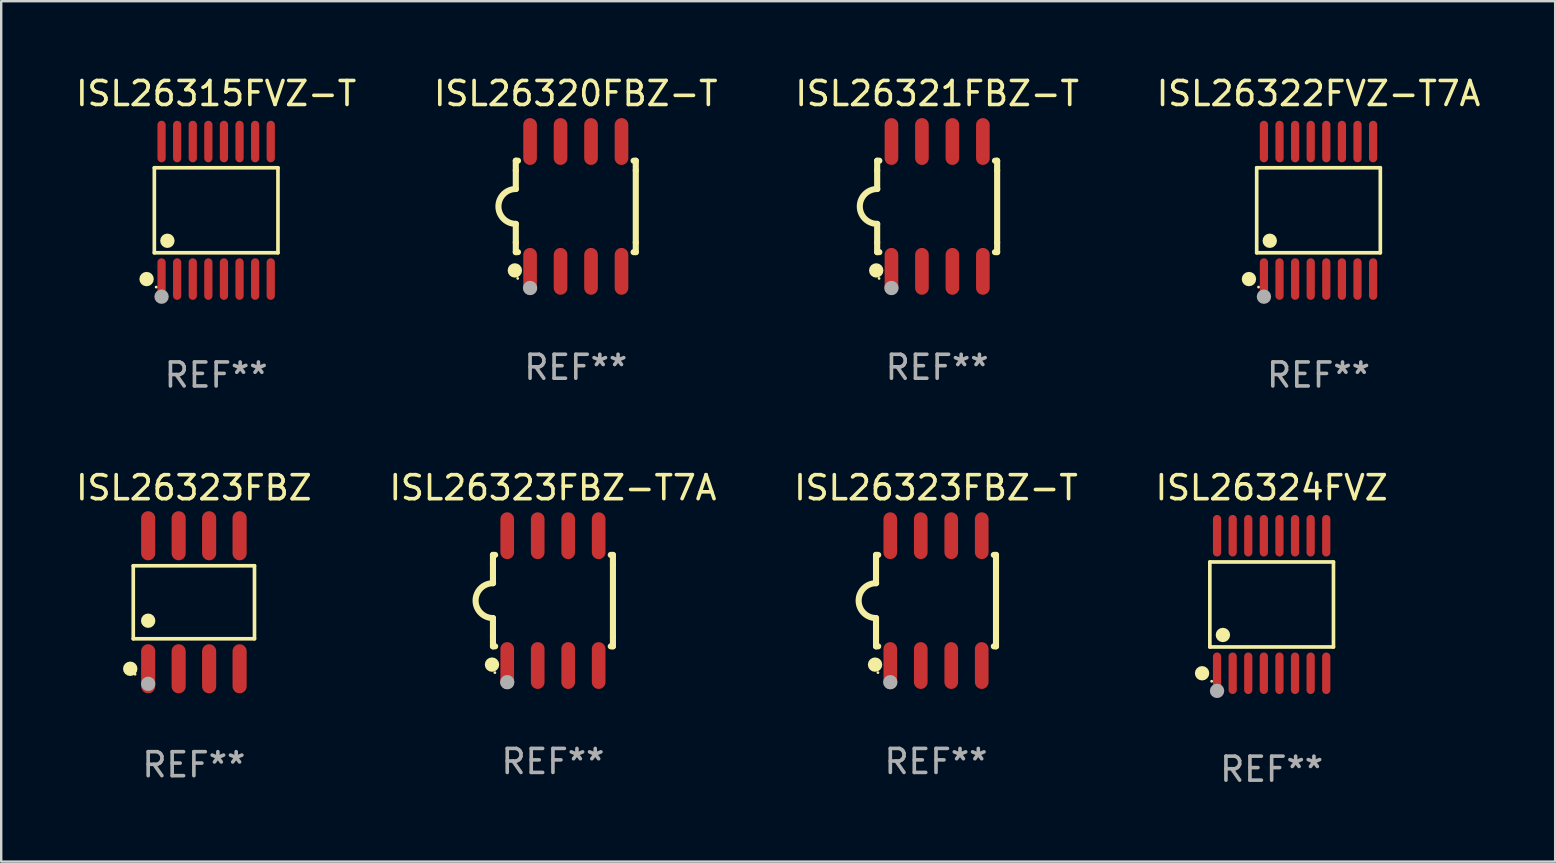
<source format=kicad_pcb>
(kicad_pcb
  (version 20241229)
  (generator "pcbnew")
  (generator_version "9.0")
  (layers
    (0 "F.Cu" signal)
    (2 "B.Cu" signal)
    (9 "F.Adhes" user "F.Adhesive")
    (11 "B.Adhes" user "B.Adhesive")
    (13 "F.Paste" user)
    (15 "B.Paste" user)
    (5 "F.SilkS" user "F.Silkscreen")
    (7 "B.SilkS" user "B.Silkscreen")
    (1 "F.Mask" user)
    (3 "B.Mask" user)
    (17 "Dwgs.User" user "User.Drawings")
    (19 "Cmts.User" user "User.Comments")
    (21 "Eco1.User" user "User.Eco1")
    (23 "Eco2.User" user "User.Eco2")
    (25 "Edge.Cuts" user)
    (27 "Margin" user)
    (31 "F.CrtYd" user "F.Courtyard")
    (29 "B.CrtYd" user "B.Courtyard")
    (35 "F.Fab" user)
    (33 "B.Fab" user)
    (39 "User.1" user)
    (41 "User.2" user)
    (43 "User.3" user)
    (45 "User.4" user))
  (footprint "ISL26322FVZ-T7A"
    (layer "F.Cu")
    (at 51.899 5.714)
    (property "Reference" "ISL26322FVZ-T7A" (at 0 -4.866 0) (layer "F.SilkS") (effects (font (size 1 1) (thickness 0.15))))
    (attr through_hole)
    (fp_line (start -2.576 -1.772) (end 2.576 -1.772) (stroke (width 0.152) (type solid)) (layer "F.SilkS"))
    (fp_line (start -2.576 1.771) (end -2.576 -1.772) (stroke (width 0.152) (type solid)) (layer "F.SilkS"))
    (fp_line (start 2.576 -1.772) (end 2.576 1.771) (stroke (width 0.152) (type solid)) (layer "F.SilkS"))
    (fp_line (start 2.576 1.771) (end -2.576 1.771) (stroke (width 0.152) (type solid)) (layer "F.SilkS"))
    (fp_circle (center -2.899 2.866) (end -2.749 2.866) (stroke (width 0.3) (type solid)) (fill no) (layer "F.SilkS"))
    (fp_circle (center -2.5 3.2) (end -2.47 3.2) (stroke (width 0.06) (type solid)) (fill no) (layer "F.SilkS"))
    (fp_circle (center -2.032 1.27) (end -1.882 1.27) (stroke (width 0.3) (type solid)) (fill no) (layer "F.SilkS"))
    (fp_circle (center -2.275 3.6) (end -2.125 3.6) (stroke (width 0.3) (type solid)) (fill no) (layer "F.Fab"))
    (fp_text user "REF**" (at 0 6.866 0) (layer "F.Fab") (effects (font (size 1 1) (thickness 0.15))))
    (pad "1" smd oval (at -2.275 2.866) (size 0.343 1.731) (layers "F.Cu" "F.Mask" "F.Paste"))
    (pad "2" smd oval (at -1.625 2.866) (size 0.343 1.731) (layers "F.Cu" "F.Mask" "F.Paste"))
    (pad "3" smd oval (at -0.975 2.866) (size 0.343 1.731) (layers "F.Cu" "F.Mask" "F.Paste"))
    (pad "4" smd oval (at -0.325 2.866) (size 0.343 1.731) (layers "F.Cu" "F.Mask" "F.Paste"))
    (pad "5" smd oval (at 0.325 2.866) (size 0.343 1.731) (layers "F.Cu" "F.Mask" "F.Paste"))
    (pad "6" smd oval (at 0.975 2.866) (size 0.343 1.731) (layers "F.Cu" "F.Mask" "F.Paste"))
    (pad "7" smd oval (at 1.625 2.866) (size 0.343 1.731) (layers "F.Cu" "F.Mask" "F.Paste"))
    (pad "8" smd oval (at 2.275 2.866) (size 0.343 1.731) (layers "F.Cu" "F.Mask" "F.Paste"))
    (pad "9" smd oval (at 2.275 -2.866) (size 0.343 1.731) (layers "F.Cu" "F.Mask" "F.Paste"))
    (pad "10" smd oval (at 1.625 -2.866) (size 0.343 1.731) (layers "F.Cu" "F.Mask" "F.Paste"))
    (pad "11" smd oval (at 0.975 -2.866) (size 0.343 1.731) (layers "F.Cu" "F.Mask" "F.Paste"))
    (pad "12" smd oval (at 0.325 -2.866) (size 0.343 1.731) (layers "F.Cu" "F.Mask" "F.Paste"))
    (pad "13" smd oval (at -0.325 -2.866) (size 0.343 1.731) (layers "F.Cu" "F.Mask" "F.Paste"))
    (pad "14" smd oval (at -0.975 -2.866) (size 0.343 1.731) (layers "F.Cu" "F.Mask" "F.Paste"))
    (pad "15" smd oval (at -1.625 -2.866) (size 0.343 1.731) (layers "F.Cu" "F.Mask" "F.Paste"))
    (pad "16" smd oval (at -2.275 -2.866) (size 0.343 1.731) (layers "F.Cu" "F.Mask" "F.Paste")))
  (footprint "ISL26324FVZ"
    (layer "F.Cu")
    (at 49.946 22.142)
    (property "Reference" "ISL26324FVZ" (at 0 -4.866 0) (layer "F.SilkS") (effects (font (size 1 1) (thickness 0.15))))
    (attr through_hole)
    (fp_line (start -2.576 -1.772) (end 2.576 -1.772) (stroke (width 0.152) (type solid)) (layer "F.SilkS"))
    (fp_line (start -2.576 1.771) (end -2.576 -1.772) (stroke (width 0.152) (type solid)) (layer "F.SilkS"))
    (fp_line (start 2.576 -1.772) (end 2.576 1.771) (stroke (width 0.152) (type solid)) (layer "F.SilkS"))
    (fp_line (start 2.576 1.771) (end -2.576 1.771) (stroke (width 0.152) (type solid)) (layer "F.SilkS"))
    (fp_circle (center -2.899 2.866) (end -2.749 2.866) (stroke (width 0.3) (type solid)) (fill no) (layer "F.SilkS"))
    (fp_circle (center -2.5 3.2) (end -2.47 3.2) (stroke (width 0.06) (type solid)) (fill no) (layer "F.SilkS"))
    (fp_circle (center -2.032 1.27) (end -1.882 1.27) (stroke (width 0.3) (type solid)) (fill no) (layer "F.SilkS"))
    (fp_circle (center -2.275 3.6) (end -2.125 3.6) (stroke (width 0.3) (type solid)) (fill no) (layer "F.Fab"))
    (fp_text user "REF**" (at 0 6.866 0) (layer "F.Fab") (effects (font (size 1 1) (thickness 0.15))))
    (pad "1" smd oval (at -2.275 2.866) (size 0.343 1.731) (layers "F.Cu" "F.Mask" "F.Paste"))
    (pad "2" smd oval (at -1.625 2.866) (size 0.343 1.731) (layers "F.Cu" "F.Mask" "F.Paste"))
    (pad "3" smd oval (at -0.975 2.866) (size 0.343 1.731) (layers "F.Cu" "F.Mask" "F.Paste"))
    (pad "4" smd oval (at -0.325 2.866) (size 0.343 1.731) (layers "F.Cu" "F.Mask" "F.Paste"))
    (pad "5" smd oval (at 0.325 2.866) (size 0.343 1.731) (layers "F.Cu" "F.Mask" "F.Paste"))
    (pad "6" smd oval (at 0.975 2.866) (size 0.343 1.731) (layers "F.Cu" "F.Mask" "F.Paste"))
    (pad "7" smd oval (at 1.625 2.866) (size 0.343 1.731) (layers "F.Cu" "F.Mask" "F.Paste"))
    (pad "8" smd oval (at 2.275 2.866) (size 0.343 1.731) (layers "F.Cu" "F.Mask" "F.Paste"))
    (pad "9" smd oval (at 2.275 -2.866) (size 0.343 1.731) (layers "F.Cu" "F.Mask" "F.Paste"))
    (pad "10" smd oval (at 1.625 -2.866) (size 0.343 1.731) (layers "F.Cu" "F.Mask" "F.Paste"))
    (pad "11" smd oval (at 0.975 -2.866) (size 0.343 1.731) (layers "F.Cu" "F.Mask" "F.Paste"))
    (pad "12" smd oval (at 0.325 -2.866) (size 0.343 1.731) (layers "F.Cu" "F.Mask" "F.Paste"))
    (pad "13" smd oval (at -0.325 -2.866) (size 0.343 1.731) (layers "F.Cu" "F.Mask" "F.Paste"))
    (pad "14" smd oval (at -0.975 -2.866) (size 0.343 1.731) (layers "F.Cu" "F.Mask" "F.Paste"))
    (pad "15" smd oval (at -1.625 -2.866) (size 0.343 1.731) (layers "F.Cu" "F.Mask" "F.Paste"))
    (pad "16" smd oval (at -2.275 -2.866) (size 0.343 1.731) (layers "F.Cu" "F.Mask" "F.Paste")))
  (footprint "ISL26323FBZ"
    (layer "F.Cu")
    (at 5.03 22.049)
    (property "Reference" "ISL26323FBZ" (at 0 -4.772 0) (layer "F.SilkS") (effects (font (size 1 1) (thickness 0.15))))
    (attr through_hole)
    (fp_line (start -2.526 -1.521) (end 2.526 -1.521) (stroke (width 0.152) (type solid)) (layer "F.SilkS"))
    (fp_line (start -2.526 1.521) (end -2.526 -1.521) (stroke (width 0.152) (type solid)) (layer "F.SilkS"))
    (fp_line (start 2.526 -1.521) (end 2.526 1.521) (stroke (width 0.152) (type solid)) (layer "F.SilkS"))
    (fp_line (start 2.526 1.521) (end -2.526 1.521) (stroke (width 0.152) (type solid)) (layer "F.SilkS"))
    (fp_circle (center -2.652 2.772) (end -2.501 2.772) (stroke (width 0.3) (type solid)) (fill no) (layer "F.SilkS"))
    (fp_circle (center -2.45 3) (end -2.42 3) (stroke (width 0.06) (type solid)) (fill no) (layer "F.SilkS"))
    (fp_circle (center -1.905 0.769) (end -1.755 0.769) (stroke (width 0.3) (type solid)) (fill no) (layer "F.SilkS"))
    (fp_circle (center -1.905 3.4) (end -1.755 3.4) (stroke (width 0.3) (type solid)) (fill no) (layer "F.Fab"))
    (fp_text user "REF**" (at 0 6.772 0) (layer "F.Fab") (effects (font (size 1 1) (thickness 0.15))))
    (pad "1" smd oval (at -1.905 2.772) (size 0.588 2.045) (layers "F.Cu" "F.Mask" "F.Paste"))
    (pad "2" smd oval (at -0.635 2.772) (size 0.588 2.045) (layers "F.Cu" "F.Mask" "F.Paste"))
    (pad "3" smd oval (at 0.635 2.772) (size 0.588 2.045) (layers "F.Cu" "F.Mask" "F.Paste"))
    (pad "4" smd oval (at 1.905 2.772) (size 0.588 2.045) (layers "F.Cu" "F.Mask" "F.Paste"))
    (pad "5" smd oval (at 1.905 -2.772) (size 0.588 2.045) (layers "F.Cu" "F.Mask" "F.Paste"))
    (pad "6" smd oval (at 0.635 -2.772) (size 0.588 2.045) (layers "F.Cu" "F.Mask" "F.Paste"))
    (pad "7" smd oval (at -0.635 -2.772) (size 0.588 2.045) (layers "F.Cu" "F.Mask" "F.Paste"))
    (pad "8" smd oval (at -1.905 -2.772) (size 0.588 2.045) (layers "F.Cu" "F.Mask" "F.Paste")))
  (footprint "ISL26323FBZ-T7A"
    (layer "F.Cu")
    (at 19.994 21.981)
    (property "Reference" "ISL26323FBZ-T7A" (at 0 -4.705 0) (layer "F.SilkS") (effects (font (size 1 1) (thickness 0.15))))
    (attr through_hole)
    (fp_line (start -2.5 -1.905) (end -2.409 -1.905) (stroke (width 0.254) (type solid)) (layer "F.SilkS"))
    (fp_line (start -2.5 -1.5) (end -2.5 -1.905) (stroke (width 0.254) (type solid)) (layer "F.SilkS"))
    (fp_line (start -2.5 -1.5) (end -2.5 -0.726) (stroke (width 0.254) (type solid)) (layer "F.SilkS"))
    (fp_line (start -2.5 1.5) (end -2.5 0.727) (stroke (width 0.254) (type solid)) (layer "F.SilkS"))
    (fp_line (start -2.5 1.5) (end -2.5 1.905) (stroke (width 0.254) (type solid)) (layer "F.SilkS"))
    (fp_line (start -2.5 1.905) (end -2.409 1.905) (stroke (width 0.254) (type solid)) (layer "F.SilkS"))
    (fp_line (start 2.5 -1.905) (end 2.409 -1.905) (stroke (width 0.254) (type solid)) (layer "F.SilkS"))
    (fp_line (start 2.5 -1.5) (end 2.5 -1.905) (stroke (width 0.254) (type solid)) (layer "F.SilkS"))
    (fp_line (start 2.5 -1.5) (end 2.5 1.5) (stroke (width 0.254) (type solid)) (layer "F.SilkS"))
    (fp_line (start 2.5 1.5) (end 2.5 1.905) (stroke (width 0.254) (type solid)) (layer "F.SilkS"))
    (fp_line (start 2.5 1.905) (end 2.409 1.905) (stroke (width 0.254) (type solid)) (layer "F.SilkS"))
    (fp_arc (start -2.5 0.726568) (mid -3.220316 -0.0023) (end -2.495097 -0.726289) (stroke (width 0.254001) (type solid)) (layer "F.SilkS"))
    (fp_circle (center -2.54 2.667) (end -2.39 2.667) (stroke (width 0.3) (type solid)) (fill no) (layer "F.SilkS"))
    (fp_circle (center -2.42 3) (end -2.39 3) (stroke (width 0.06) (type solid)) (fill no) (layer "F.SilkS"))
    (fp_circle (center -1.905 3.4) (end -1.755 3.4) (stroke (width 0.3) (type solid)) (fill no) (layer "F.Fab"))
    (fp_text user "REF**" (at 0 6.705 0) (layer "F.Fab") (effects (font (size 1 1) (thickness 0.15))))
    (pad "1" smd oval (at -1.905 2.705) (size 0.568 1.95) (layers "F.Cu" "F.Mask" "F.Paste"))
    (pad "2" smd oval (at -0.635 2.705) (size 0.568 1.95) (layers "F.Cu" "F.Mask" "F.Paste"))
    (pad "3" smd oval (at 0.635 2.705) (size 0.568 1.95) (layers "F.Cu" "F.Mask" "F.Paste"))
    (pad "4" smd oval (at 1.905 2.705) (size 0.568 1.95) (layers "F.Cu" "F.Mask" "F.Paste"))
    (pad "5" smd oval (at 1.905 -2.705) (size 0.568 1.95) (layers "F.Cu" "F.Mask" "F.Paste"))
    (pad "6" smd oval (at 0.635 -2.705) (size 0.568 1.95) (layers "F.Cu" "F.Mask" "F.Paste"))
    (pad "7" smd oval (at -0.635 -2.705) (size 0.568 1.95) (layers "F.Cu" "F.Mask" "F.Paste"))
    (pad "8" smd oval (at -1.905 -2.705) (size 0.568 1.95) (layers "F.Cu" "F.Mask" "F.Paste")))
  (footprint "ISL26321FBZ-T"
    (layer "F.Cu")
    (at 36.006 5.553)
    (property "Reference" "ISL26321FBZ-T" (at 0 -4.705 0) (layer "F.SilkS") (effects (font (size 1 1) (thickness 0.15))))
    (attr through_hole)
    (fp_line (start -2.5 -1.905) (end -2.409 -1.905) (stroke (width 0.254) (type solid)) (layer "F.SilkS"))
    (fp_line (start -2.5 -1.5) (end -2.5 -1.905) (stroke (width 0.254) (type solid)) (layer "F.SilkS"))
    (fp_line (start -2.5 -1.5) (end -2.5 -0.726) (stroke (width 0.254) (type solid)) (layer "F.SilkS"))
    (fp_line (start -2.5 1.5) (end -2.5 0.727) (stroke (width 0.254) (type solid)) (layer "F.SilkS"))
    (fp_line (start -2.5 1.5) (end -2.5 1.905) (stroke (width 0.254) (type solid)) (layer "F.SilkS"))
    (fp_line (start -2.5 1.905) (end -2.409 1.905) (stroke (width 0.254) (type solid)) (layer "F.SilkS"))
    (fp_line (start 2.5 -1.905) (end 2.409 -1.905) (stroke (width 0.254) (type solid)) (layer "F.SilkS"))
    (fp_line (start 2.5 -1.5) (end 2.5 -1.905) (stroke (width 0.254) (type solid)) (layer "F.SilkS"))
    (fp_line (start 2.5 -1.5) (end 2.5 1.5) (stroke (width 0.254) (type solid)) (layer "F.SilkS"))
    (fp_line (start 2.5 1.5) (end 2.5 1.905) (stroke (width 0.254) (type solid)) (layer "F.SilkS"))
    (fp_line (start 2.5 1.905) (end 2.409 1.905) (stroke (width 0.254) (type solid)) (layer "F.SilkS"))
    (fp_arc (start -2.5 0.726568) (mid -3.220316 -0.0023) (end -2.495097 -0.726289) (stroke (width 0.254001) (type solid)) (layer "F.SilkS"))
    (fp_circle (center -2.54 2.667) (end -2.39 2.667) (stroke (width 0.3) (type solid)) (fill no) (layer "F.SilkS"))
    (fp_circle (center -2.42 3) (end -2.39 3) (stroke (width 0.06) (type solid)) (fill no) (layer "F.SilkS"))
    (fp_circle (center -1.905 3.4) (end -1.755 3.4) (stroke (width 0.3) (type solid)) (fill no) (layer "F.Fab"))
    (fp_text user "REF**" (at 0 6.705 0) (layer "F.Fab") (effects (font (size 1 1) (thickness 0.15))))
    (pad "1" smd oval (at -1.905 2.705) (size 0.568 1.95) (layers "F.Cu" "F.Mask" "F.Paste"))
    (pad "2" smd oval (at -0.635 2.705) (size 0.568 1.95) (layers "F.Cu" "F.Mask" "F.Paste"))
    (pad "3" smd oval (at 0.635 2.705) (size 0.568 1.95) (layers "F.Cu" "F.Mask" "F.Paste"))
    (pad "4" smd oval (at 1.905 2.705) (size 0.568 1.95) (layers "F.Cu" "F.Mask" "F.Paste"))
    (pad "5" smd oval (at 1.905 -2.705) (size 0.568 1.95) (layers "F.Cu" "F.Mask" "F.Paste"))
    (pad "6" smd oval (at 0.635 -2.705) (size 0.568 1.95) (layers "F.Cu" "F.Mask" "F.Paste"))
    (pad "7" smd oval (at -0.635 -2.705) (size 0.568 1.95) (layers "F.Cu" "F.Mask" "F.Paste"))
    (pad "8" smd oval (at -1.905 -2.705) (size 0.568 1.95) (layers "F.Cu" "F.Mask" "F.Paste")))
  (footprint "ISL26315FVZ-T"
    (layer "F.Cu")
    (at 5.958 5.714)
    (property "Reference" "ISL26315FVZ-T" (at 0 -4.866 0) (layer "F.SilkS") (effects (font (size 1 1) (thickness 0.15))))
    (attr through_hole)
    (fp_line (start -2.576 -1.772) (end 2.576 -1.772) (stroke (width 0.152) (type solid)) (layer "F.SilkS"))
    (fp_line (start -2.576 1.771) (end -2.576 -1.772) (stroke (width 0.152) (type solid)) (layer "F.SilkS"))
    (fp_line (start 2.576 -1.772) (end 2.576 1.771) (stroke (width 0.152) (type solid)) (layer "F.SilkS"))
    (fp_line (start 2.576 1.771) (end -2.576 1.771) (stroke (width 0.152) (type solid)) (layer "F.SilkS"))
    (fp_circle (center -2.899 2.866) (end -2.749 2.866) (stroke (width 0.3) (type solid)) (fill no) (layer "F.SilkS"))
    (fp_circle (center -2.5 3.2) (end -2.47 3.2) (stroke (width 0.06) (type solid)) (fill no) (layer "F.SilkS"))
    (fp_circle (center -2.032 1.27) (end -1.882 1.27) (stroke (width 0.3) (type solid)) (fill no) (layer "F.SilkS"))
    (fp_circle (center -2.275 3.6) (end -2.125 3.6) (stroke (width 0.3) (type solid)) (fill no) (layer "F.Fab"))
    (fp_text user "REF**" (at 0 6.866 0) (layer "F.Fab") (effects (font (size 1 1) (thickness 0.15))))
    (pad "1" smd oval (at -2.275 2.866) (size 0.343 1.731) (layers "F.Cu" "F.Mask" "F.Paste"))
    (pad "2" smd oval (at -1.625 2.866) (size 0.343 1.731) (layers "F.Cu" "F.Mask" "F.Paste"))
    (pad "3" smd oval (at -0.975 2.866) (size 0.343 1.731) (layers "F.Cu" "F.Mask" "F.Paste"))
    (pad "4" smd oval (at -0.325 2.866) (size 0.343 1.731) (layers "F.Cu" "F.Mask" "F.Paste"))
    (pad "5" smd oval (at 0.325 2.866) (size 0.343 1.731) (layers "F.Cu" "F.Mask" "F.Paste"))
    (pad "6" smd oval (at 0.975 2.866) (size 0.343 1.731) (layers "F.Cu" "F.Mask" "F.Paste"))
    (pad "7" smd oval (at 1.625 2.866) (size 0.343 1.731) (layers "F.Cu" "F.Mask" "F.Paste"))
    (pad "8" smd oval (at 2.275 2.866) (size 0.343 1.731) (layers "F.Cu" "F.Mask" "F.Paste"))
    (pad "9" smd oval (at 2.275 -2.866) (size 0.343 1.731) (layers "F.Cu" "F.Mask" "F.Paste"))
    (pad "10" smd oval (at 1.625 -2.866) (size 0.343 1.731) (layers "F.Cu" "F.Mask" "F.Paste"))
    (pad "11" smd oval (at 0.975 -2.866) (size 0.343 1.731) (layers "F.Cu" "F.Mask" "F.Paste"))
    (pad "12" smd oval (at 0.325 -2.866) (size 0.343 1.731) (layers "F.Cu" "F.Mask" "F.Paste"))
    (pad "13" smd oval (at -0.325 -2.866) (size 0.343 1.731) (layers "F.Cu" "F.Mask" "F.Paste"))
    (pad "14" smd oval (at -0.975 -2.866) (size 0.343 1.731) (layers "F.Cu" "F.Mask" "F.Paste"))
    (pad "15" smd oval (at -1.625 -2.866) (size 0.343 1.731) (layers "F.Cu" "F.Mask" "F.Paste"))
    (pad "16" smd oval (at -2.275 -2.866) (size 0.343 1.731) (layers "F.Cu" "F.Mask" "F.Paste")))
  (footprint "ISL26323FBZ-T"
    (layer "F.Cu")
    (at 35.958 21.981)
    (property "Reference" "ISL26323FBZ-T" (at 0 -4.705 0) (layer "F.SilkS") (effects (font (size 1 1) (thickness 0.15))))
    (attr through_hole)
    (fp_line (start -2.5 -1.905) (end -2.409 -1.905) (stroke (width 0.254) (type solid)) (layer "F.SilkS"))
    (fp_line (start -2.5 -1.5) (end -2.5 -1.905) (stroke (width 0.254) (type solid)) (layer "F.SilkS"))
    (fp_line (start -2.5 -1.5) (end -2.5 -0.726) (stroke (width 0.254) (type solid)) (layer "F.SilkS"))
    (fp_line (start -2.5 1.5) (end -2.5 0.727) (stroke (width 0.254) (type solid)) (layer "F.SilkS"))
    (fp_line (start -2.5 1.5) (end -2.5 1.905) (stroke (width 0.254) (type solid)) (layer "F.SilkS"))
    (fp_line (start -2.5 1.905) (end -2.409 1.905) (stroke (width 0.254) (type solid)) (layer "F.SilkS"))
    (fp_line (start 2.5 -1.905) (end 2.409 -1.905) (stroke (width 0.254) (type solid)) (layer "F.SilkS"))
    (fp_line (start 2.5 -1.5) (end 2.5 -1.905) (stroke (width 0.254) (type solid)) (layer "F.SilkS"))
    (fp_line (start 2.5 -1.5) (end 2.5 1.5) (stroke (width 0.254) (type solid)) (layer "F.SilkS"))
    (fp_line (start 2.5 1.5) (end 2.5 1.905) (stroke (width 0.254) (type solid)) (layer "F.SilkS"))
    (fp_line (start 2.5 1.905) (end 2.409 1.905) (stroke (width 0.254) (type solid)) (layer "F.SilkS"))
    (fp_arc (start -2.5 0.726568) (mid -3.220316 -0.0023) (end -2.495097 -0.726289) (stroke (width 0.254001) (type solid)) (layer "F.SilkS"))
    (fp_circle (center -2.54 2.667) (end -2.39 2.667) (stroke (width 0.3) (type solid)) (fill no) (layer "F.SilkS"))
    (fp_circle (center -2.42 3) (end -2.39 3) (stroke (width 0.06) (type solid)) (fill no) (layer "F.SilkS"))
    (fp_circle (center -1.905 3.4) (end -1.755 3.4) (stroke (width 0.3) (type solid)) (fill no) (layer "F.Fab"))
    (fp_text user "REF**" (at 0 6.705 0) (layer "F.Fab") (effects (font (size 1 1) (thickness 0.15))))
    (pad "1" smd oval (at -1.905 2.705) (size 0.568 1.95) (layers "F.Cu" "F.Mask" "F.Paste"))
    (pad "2" smd oval (at -0.635 2.705) (size 0.568 1.95) (layers "F.Cu" "F.Mask" "F.Paste"))
    (pad "3" smd oval (at 0.635 2.705) (size 0.568 1.95) (layers "F.Cu" "F.Mask" "F.Paste"))
    (pad "4" smd oval (at 1.905 2.705) (size 0.568 1.95) (layers "F.Cu" "F.Mask" "F.Paste"))
    (pad "5" smd oval (at 1.905 -2.705) (size 0.568 1.95) (layers "F.Cu" "F.Mask" "F.Paste"))
    (pad "6" smd oval (at 0.635 -2.705) (size 0.568 1.95) (layers "F.Cu" "F.Mask" "F.Paste"))
    (pad "7" smd oval (at -0.635 -2.705) (size 0.568 1.95) (layers "F.Cu" "F.Mask" "F.Paste"))
    (pad "8" smd oval (at -1.905 -2.705) (size 0.568 1.95) (layers "F.Cu" "F.Mask" "F.Paste")))
  (footprint "ISL26320FBZ-T"
    (layer "F.Cu")
    (at 20.946 5.553)
    (property "Reference" "ISL26320FBZ-T" (at 0 -4.705 0) (layer "F.SilkS") (effects (font (size 1 1) (thickness 0.15))))
    (attr through_hole)
    (fp_line (start -2.5 -1.905) (end -2.409 -1.905) (stroke (width 0.254) (type solid)) (layer "F.SilkS"))
    (fp_line (start -2.5 -1.5) (end -2.5 -1.905) (stroke (width 0.254) (type solid)) (layer "F.SilkS"))
    (fp_line (start -2.5 -1.5) (end -2.5 -0.726) (stroke (width 0.254) (type solid)) (layer "F.SilkS"))
    (fp_line (start -2.5 1.5) (end -2.5 0.727) (stroke (width 0.254) (type solid)) (layer "F.SilkS"))
    (fp_line (start -2.5 1.5) (end -2.5 1.905) (stroke (width 0.254) (type solid)) (layer "F.SilkS"))
    (fp_line (start -2.5 1.905) (end -2.409 1.905) (stroke (width 0.254) (type solid)) (layer "F.SilkS"))
    (fp_line (start 2.5 -1.905) (end 2.409 -1.905) (stroke (width 0.254) (type solid)) (layer "F.SilkS"))
    (fp_line (start 2.5 -1.5) (end 2.5 -1.905) (stroke (width 0.254) (type solid)) (layer "F.SilkS"))
    (fp_line (start 2.5 -1.5) (end 2.5 1.5) (stroke (width 0.254) (type solid)) (layer "F.SilkS"))
    (fp_line (start 2.5 1.5) (end 2.5 1.905) (stroke (width 0.254) (type solid)) (layer "F.SilkS"))
    (fp_line (start 2.5 1.905) (end 2.409 1.905) (stroke (width 0.254) (type solid)) (layer "F.SilkS"))
    (fp_arc (start -2.5 0.726568) (mid -3.220316 -0.0023) (end -2.495097 -0.726289) (stroke (width 0.254001) (type solid)) (layer "F.SilkS"))
    (fp_circle (center -2.54 2.667) (end -2.39 2.667) (stroke (width 0.3) (type solid)) (fill no) (layer "F.SilkS"))
    (fp_circle (center -2.42 3) (end -2.39 3) (stroke (width 0.06) (type solid)) (fill no) (layer "F.SilkS"))
    (fp_circle (center -1.905 3.4) (end -1.755 3.4) (stroke (width 0.3) (type solid)) (fill no) (layer "F.Fab"))
    (fp_text user "REF**" (at 0 6.705 0) (layer "F.Fab") (effects (font (size 1 1) (thickness 0.15))))
    (pad "1" smd oval (at -1.905 2.705) (size 0.568 1.95) (layers "F.Cu" "F.Mask" "F.Paste"))
    (pad "2" smd oval (at -0.635 2.705) (size 0.568 1.95) (layers "F.Cu" "F.Mask" "F.Paste"))
    (pad "3" smd oval (at 0.635 2.705) (size 0.568 1.95) (layers "F.Cu" "F.Mask" "F.Paste"))
    (pad "4" smd oval (at 1.905 2.705) (size 0.568 1.95) (layers "F.Cu" "F.Mask" "F.Paste"))
    (pad "5" smd oval (at 1.905 -2.705) (size 0.568 1.95) (layers "F.Cu" "F.Mask" "F.Paste"))
    (pad "6" smd oval (at 0.635 -2.705) (size 0.568 1.95) (layers "F.Cu" "F.Mask" "F.Paste"))
    (pad "7" smd oval (at -0.635 -2.705) (size 0.568 1.95) (layers "F.Cu" "F.Mask" "F.Paste"))
    (pad "8" smd oval (at -1.905 -2.705) (size 0.568 1.95) (layers "F.Cu" "F.Mask" "F.Paste")))
  (gr_rect
    (start -3 -3)
    (end 61.762 32.856)
    (stroke (width 0.1) (type default))
    (fill no)
    (layer "Edge.Cuts")))
</source>
